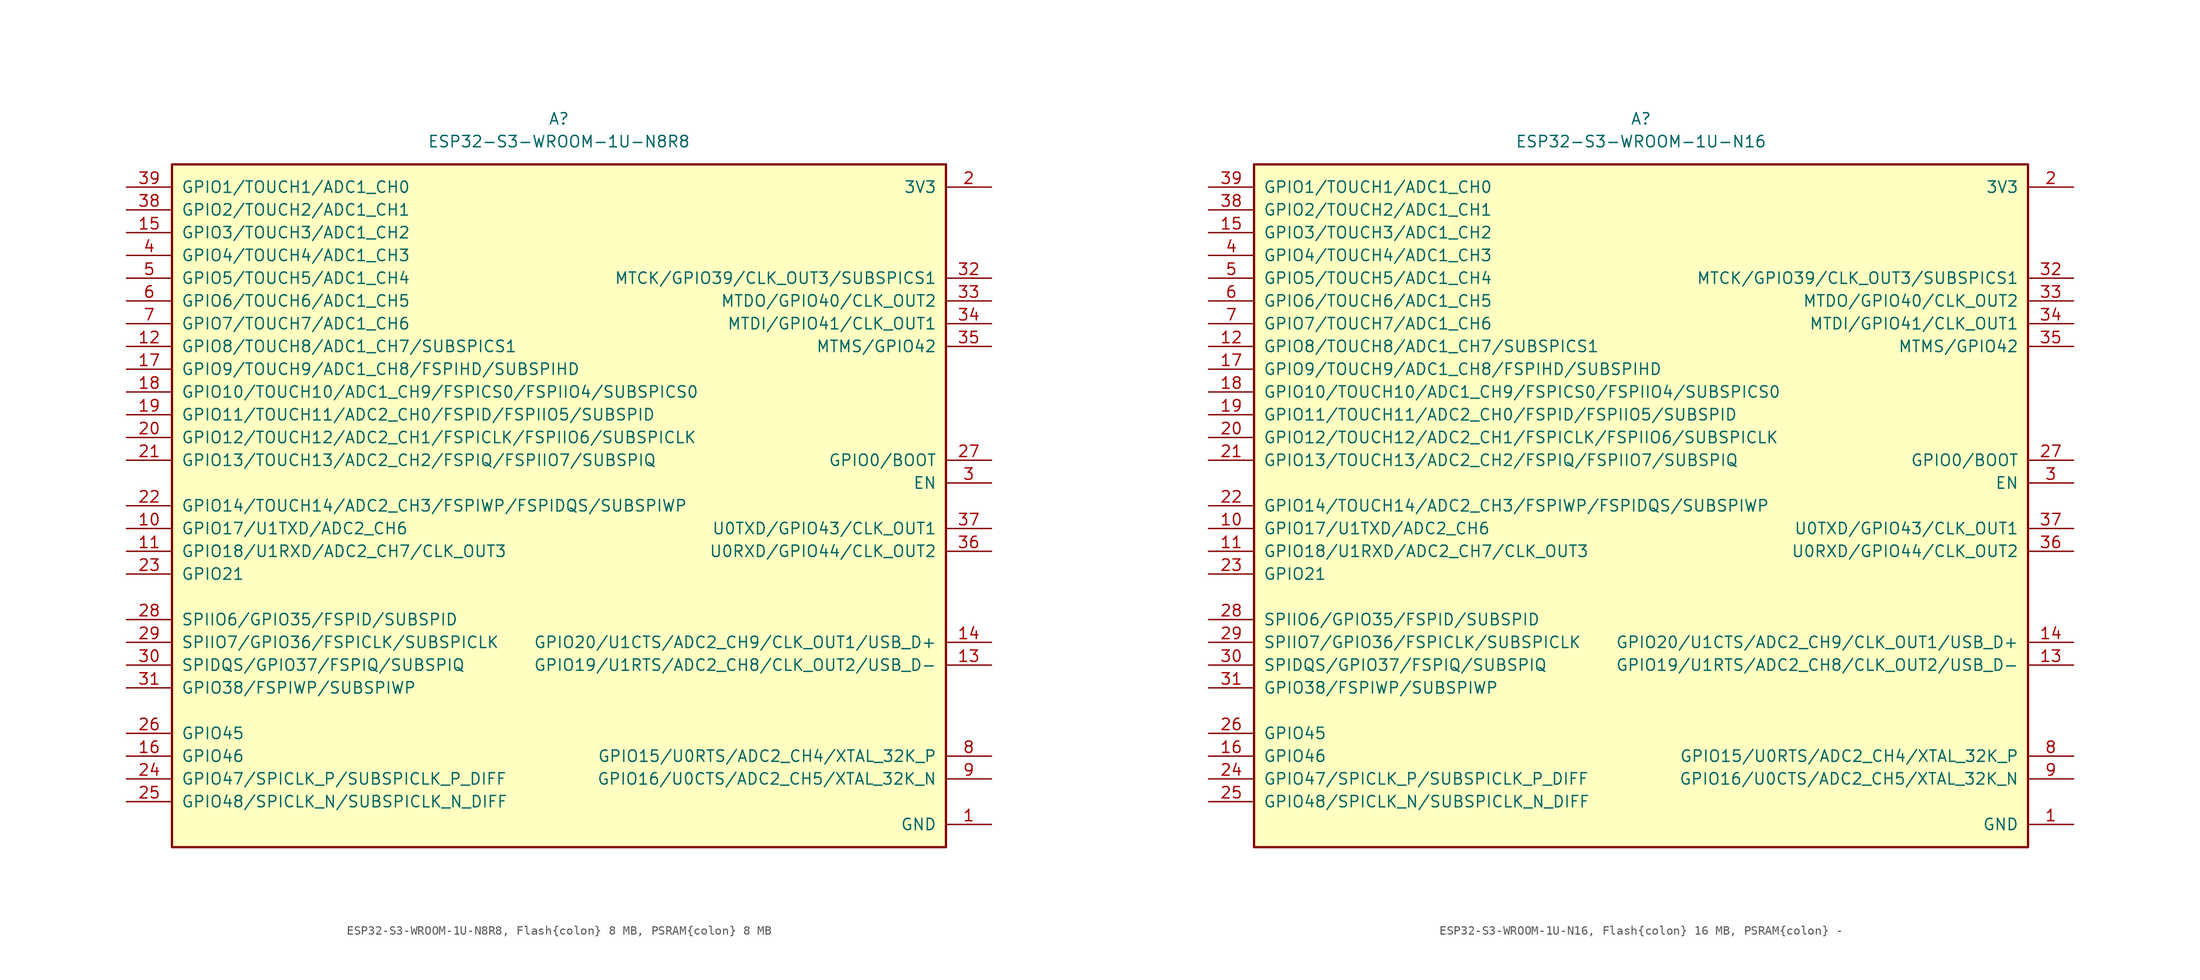
<source format=kicad_sym>
(kicad_symbol_lib
  (version 20241209)
  (generator "kicad_symbol_editor")
  (generator_version "9.0")
  (symbol "ESP32-S3-WROOM-1U-N8R8, Flash{colon} 8 MB, PSRAM{colon} 8 MB"
    (pin_names
      (offset 1.016))
    (property "Reference" "A"
      (at 0 43.18 0)
      (effects (font (size 1.27 1.27))))
    (property "Value" "ESP32-S3-WROOM-1U-N8R8"
      (at 0 40.64 0)
      (effects (font (size 1.27 1.27))))
    (symbol "ESP32-S3-WROOM-1U-N8R8, Flash{colon} 8 MB, PSRAM{colon} 8 MB_0_0"
      (pin bidirectional line (at -48.26 35.56 0) (length 5.08) (name "GPIO1/TOUCH1/ADC1_CH0" (effects (font (size 1.27 1.27)))) (number "39" (effects (font (size 1.27 1.27)))))
      (pin bidirectional line (at -48.26 33.02 0) (length 5.08) (name "GPIO2/TOUCH2/ADC1_CH1" (effects (font (size 1.27 1.27)))) (number "38" (effects (font (size 1.27 1.27)))))
      (pin bidirectional line (at -48.26 30.48 0) (length 5.08) (name "GPIO3/TOUCH3/ADC1_CH2" (effects (font (size 1.27 1.27)))) (number "15" (effects (font (size 1.27 1.27)))))
      (pin bidirectional line (at -48.26 27.94 0) (length 5.08) (name "GPIO4/TOUCH4/ADC1_CH3" (effects (font (size 1.27 1.27)))) (number "4" (effects (font (size 1.27 1.27)))))
      (pin bidirectional line (at -48.26 25.4 0) (length 5.08) (name "GPIO5/TOUCH5/ADC1_CH4" (effects (font (size 1.27 1.27)))) (number "5" (effects (font (size 1.27 1.27)))))
      (pin bidirectional line (at -48.26 22.86 0) (length 5.08) (name "GPIO6/TOUCH6/ADC1_CH5" (effects (font (size 1.27 1.27)))) (number "6" (effects (font (size 1.27 1.27)))))
      (pin bidirectional line (at -48.26 20.32 0) (length 5.08) (name "GPIO7/TOUCH7/ADC1_CH6" (effects (font (size 1.27 1.27)))) (number "7" (effects (font (size 1.27 1.27)))))
      (pin bidirectional line (at -48.26 17.78 0) (length 5.08) (name "GPIO8/TOUCH8/ADC1_CH7/SUBSPICS1" (effects (font (size 1.27 1.27)))) (number "12" (effects (font (size 1.27 1.27)))))
      (pin bidirectional line (at -48.26 15.24 0) (length 5.08) (name "GPIO9/TOUCH9/ADC1_CH8/FSPIHD/SUBSPIHD" (effects (font (size 1.27 1.27)))) (number "17" (effects (font (size 1.27 1.27)))))
      (pin bidirectional line (at -48.26 12.7 0) (length 5.08) (name "GPIO10/TOUCH10/ADC1_CH9/FSPICS0/FSPIIO4/SUBSPICS0" (effects (font (size 1.27 1.27)))) (number "18" (effects (font (size 1.27 1.27)))))
      (pin bidirectional line (at -48.26 10.16 0) (length 5.08) (name "GPIO11/TOUCH11/ADC2_CH0/FSPID/FSPIIO5/SUBSPID" (effects (font (size 1.27 1.27)))) (number "19" (effects (font (size 1.27 1.27)))))
      (pin bidirectional line (at -48.26 7.62 0) (length 5.08) (name "GPIO12/TOUCH12/ADC2_CH1/FSPICLK/FSPIIO6/SUBSPICLK" (effects (font (size 1.27 1.27)))) (number "20" (effects (font (size 1.27 1.27)))))
      (pin bidirectional line (at -48.26 5.08 0) (length 5.08) (name "GPIO13/TOUCH13/ADC2_CH2/FSPIQ/FSPIIO7/SUBSPIQ" (effects (font (size 1.27 1.27)))) (number "21" (effects (font (size 1.27 1.27)))))
      (pin bidirectional line (at -48.26 0 0) (length 5.08) (name "GPIO14/TOUCH14/ADC2_CH3/FSPIWP/FSPIDQS/SUBSPIWP" (effects (font (size 1.27 1.27)))) (number "22" (effects (font (size 1.27 1.27)))))
      (pin bidirectional line (at -48.26 -2.54 0) (length 5.08) (name "GPIO17/U1TXD/ADC2_CH6" (effects (font (size 1.27 1.27)))) (number "10" (effects (font (size 1.27 1.27)))))
      (pin bidirectional line (at -48.26 -5.08 0) (length 5.08) (name "GPIO18/U1RXD/ADC2_CH7/CLK_OUT3" (effects (font (size 1.27 1.27)))) (number "11" (effects (font (size 1.27 1.27)))))
      (pin bidirectional line (at -48.26 -7.62 0) (length 5.08) (name "GPIO21" (effects (font (size 1.27 1.27)))) (number "23" (effects (font (size 1.27 1.27)))))
      (pin bidirectional line (at -48.26 -12.7 0) (length 5.08) (name "SPIIO6/GPIO35/FSPID/SUBSPID" (effects (font (size 1.27 1.27)))) (number "28" (effects (font (size 1.27 1.27)))))
      (pin bidirectional line (at -48.26 -15.24 0) (length 5.08) (name "SPIIO7/GPIO36/FSPICLK/SUBSPICLK" (effects (font (size 1.27 1.27)))) (number "29" (effects (font (size 1.27 1.27)))))
      (pin bidirectional line (at -48.26 -17.78 0) (length 5.08) (name "SPIDQS/GPIO37/FSPIQ/SUBSPIQ" (effects (font (size 1.27 1.27)))) (number "30" (effects (font (size 1.27 1.27)))))
      (pin bidirectional line (at -48.26 -20.32 0) (length 5.08) (name "GPIO38/FSPIWP/SUBSPIWP" (effects (font (size 1.27 1.27)))) (number "31" (effects (font (size 1.27 1.27)))))
      (pin bidirectional line (at -48.26 -25.4 0) (length 5.08) (name "GPIO45" (effects (font (size 1.27 1.27)))) (number "26" (effects (font (size 1.27 1.27)))))
      (pin bidirectional line (at -48.26 -27.94 0) (length 5.08) (name "GPIO46" (effects (font (size 1.27 1.27)))) (number "16" (effects (font (size 1.27 1.27)))))
      (pin bidirectional line (at -48.26 -30.48 0) (length 5.08) (name "GPIO47/SPICLK_P/SUBSPICLK_P_DIFF" (effects (font (size 1.27 1.27)))) (number "24" (effects (font (size 1.27 1.27)))))
      (pin bidirectional line (at -48.26 -33.02 0) (length 5.08) (name "GPIO48/SPICLK_N/SUBSPICLK_N_DIFF" (effects (font (size 1.27 1.27)))) (number "25" (effects (font (size 1.27 1.27)))))
      (pin power_in line (at 48.26 35.56 180) (length 5.08) (name "3V3" (effects (font (size 1.27 1.27)))) (number "2" (effects (font (size 1.27 1.27)))))
      (pin bidirectional line (at 48.26 25.4 180) (length 5.08) (name "MTCK/GPIO39/CLK_OUT3/SUBSPICS1" (effects (font (size 1.27 1.27)))) (number "32" (effects (font (size 1.27 1.27)))))
      (pin bidirectional line (at 48.26 22.86 180) (length 5.08) (name "MTDO/GPIO40/CLK_OUT2" (effects (font (size 1.27 1.27)))) (number "33" (effects (font (size 1.27 1.27)))))
      (pin bidirectional line (at 48.26 20.32 180) (length 5.08) (name "MTDI/GPIO41/CLK_OUT1" (effects (font (size 1.27 1.27)))) (number "34" (effects (font (size 1.27 1.27)))))
      (pin bidirectional line (at 48.26 17.78 180) (length 5.08) (name "MTMS/GPIO42" (effects (font (size 1.27 1.27)))) (number "35" (effects (font (size 1.27 1.27)))))
      (pin bidirectional line (at 48.26 5.08 180) (length 5.08) (name "GPIO0/BOOT" (effects (font (size 1.27 1.27)))) (number "27" (effects (font (size 1.27 1.27)))))
      (pin input line (at 48.26 2.54 180) (length 5.08) (name "EN" (effects (font (size 1.27 1.27)))) (number "3" (effects (font (size 1.27 1.27)))))
      (pin bidirectional line (at 48.26 -2.54 180) (length 5.08) (name "U0TXD/GPIO43/CLK_OUT1" (effects (font (size 1.27 1.27)))) (number "37" (effects (font (size 1.27 1.27)))))
      (pin bidirectional line (at 48.26 -5.08 180) (length 5.08) (name "U0RXD/GPIO44/CLK_OUT2" (effects (font (size 1.27 1.27)))) (number "36" (effects (font (size 1.27 1.27)))))
      (pin bidirectional line (at 48.26 -15.24 180) (length 5.08) (name "GPIO20/U1CTS/ADC2_CH9/CLK_OUT1/USB_D+" (effects (font (size 1.27 1.27)))) (number "14" (effects (font (size 1.27 1.27)))))
      (pin bidirectional line (at 48.26 -17.78 180) (length 5.08) (name "GPIO19/U1RTS/ADC2_CH8/CLK_OUT2/USB_D-" (effects (font (size 1.27 1.27)))) (number "13" (effects (font (size 1.27 1.27)))))
      (pin bidirectional line (at 48.26 -27.94 180) (length 5.08) (name "GPIO15/U0RTS/ADC2_CH4/XTAL_32K_P" (effects (font (size 1.27 1.27)))) (number "8" (effects (font (size 1.27 1.27)))))
      (pin bidirectional line (at 48.26 -30.48 180) (length 5.08) (name "GPIO16/U0CTS/ADC2_CH5/XTAL_32K_N" (effects (font (size 1.27 1.27)))) (number "9" (effects (font (size 1.27 1.27)))))
      (pin passive line (at 48.26 -35.56 180) (length 5.08) (name "GND" (effects (font (size 1.27 1.27)))) (number "1" (effects (font (size 1.27 1.27)))))
      (pin passive line (at 48.26 -35.56 180) (length 5.08) (hide yes) (name "GND" (effects (font (size 1.27 1.27)))) (number "40" (effects (font (size 1.27 1.27)))))
      (pin passive line (at 48.26 -35.56 180) (length 5.08) (hide yes) (name "GND" (effects (font (size 1.27 1.27)))) (number "41" (effects (font (size 1.27 1.27))))))
    (symbol "ESP32-S3-WROOM-1U-N8R8, Flash{colon} 8 MB, PSRAM{colon} 8 MB_0_1"
      (rectangle (start -43.18 38.1) (end 43.18 -38.1) (stroke (width 0.254) (type default)) (fill (type background)))))
  (symbol "ESP32-S3-WROOM-1U-N16, Flash{colon} 16 MB, PSRAM{colon} -"
    (pin_names
      (offset 1.016))
    (property "Reference" "A"
      (at 0 43.18 0)
      (effects (font (size 1.27 1.27))))
    (property "Value" "ESP32-S3-WROOM-1U-N16"
      (at 0 40.64 0)
      (effects (font (size 1.27 1.27))))
    (symbol "ESP32-S3-WROOM-1U-N16, Flash{colon} 16 MB, PSRAM{colon} -_0_0"
      (pin bidirectional line (at -48.26 35.56 0) (length 5.08) (name "GPIO1/TOUCH1/ADC1_CH0" (effects (font (size 1.27 1.27)))) (number "39" (effects (font (size 1.27 1.27)))))
      (pin bidirectional line (at -48.26 33.02 0) (length 5.08) (name "GPIO2/TOUCH2/ADC1_CH1" (effects (font (size 1.27 1.27)))) (number "38" (effects (font (size 1.27 1.27)))))
      (pin bidirectional line (at -48.26 30.48 0) (length 5.08) (name "GPIO3/TOUCH3/ADC1_CH2" (effects (font (size 1.27 1.27)))) (number "15" (effects (font (size 1.27 1.27)))))
      (pin bidirectional line (at -48.26 27.94 0) (length 5.08) (name "GPIO4/TOUCH4/ADC1_CH3" (effects (font (size 1.27 1.27)))) (number "4" (effects (font (size 1.27 1.27)))))
      (pin bidirectional line (at -48.26 25.4 0) (length 5.08) (name "GPIO5/TOUCH5/ADC1_CH4" (effects (font (size 1.27 1.27)))) (number "5" (effects (font (size 1.27 1.27)))))
      (pin bidirectional line (at -48.26 22.86 0) (length 5.08) (name "GPIO6/TOUCH6/ADC1_CH5" (effects (font (size 1.27 1.27)))) (number "6" (effects (font (size 1.27 1.27)))))
      (pin bidirectional line (at -48.26 20.32 0) (length 5.08) (name "GPIO7/TOUCH7/ADC1_CH6" (effects (font (size 1.27 1.27)))) (number "7" (effects (font (size 1.27 1.27)))))
      (pin bidirectional line (at -48.26 17.78 0) (length 5.08) (name "GPIO8/TOUCH8/ADC1_CH7/SUBSPICS1" (effects (font (size 1.27 1.27)))) (number "12" (effects (font (size 1.27 1.27)))))
      (pin bidirectional line (at -48.26 15.24 0) (length 5.08) (name "GPIO9/TOUCH9/ADC1_CH8/FSPIHD/SUBSPIHD" (effects (font (size 1.27 1.27)))) (number "17" (effects (font (size 1.27 1.27)))))
      (pin bidirectional line (at -48.26 12.7 0) (length 5.08) (name "GPIO10/TOUCH10/ADC1_CH9/FSPICS0/FSPIIO4/SUBSPICS0" (effects (font (size 1.27 1.27)))) (number "18" (effects (font (size 1.27 1.27)))))
      (pin bidirectional line (at -48.26 10.16 0) (length 5.08) (name "GPIO11/TOUCH11/ADC2_CH0/FSPID/FSPIIO5/SUBSPID" (effects (font (size 1.27 1.27)))) (number "19" (effects (font (size 1.27 1.27)))))
      (pin bidirectional line (at -48.26 7.62 0) (length 5.08) (name "GPIO12/TOUCH12/ADC2_CH1/FSPICLK/FSPIIO6/SUBSPICLK" (effects (font (size 1.27 1.27)))) (number "20" (effects (font (size 1.27 1.27)))))
      (pin bidirectional line (at -48.26 5.08 0) (length 5.08) (name "GPIO13/TOUCH13/ADC2_CH2/FSPIQ/FSPIIO7/SUBSPIQ" (effects (font (size 1.27 1.27)))) (number "21" (effects (font (size 1.27 1.27)))))
      (pin bidirectional line (at -48.26 0 0) (length 5.08) (name "GPIO14/TOUCH14/ADC2_CH3/FSPIWP/FSPIDQS/SUBSPIWP" (effects (font (size 1.27 1.27)))) (number "22" (effects (font (size 1.27 1.27)))))
      (pin bidirectional line (at -48.26 -2.54 0) (length 5.08) (name "GPIO17/U1TXD/ADC2_CH6" (effects (font (size 1.27 1.27)))) (number "10" (effects (font (size 1.27 1.27)))))
      (pin bidirectional line (at -48.26 -5.08 0) (length 5.08) (name "GPIO18/U1RXD/ADC2_CH7/CLK_OUT3" (effects (font (size 1.27 1.27)))) (number "11" (effects (font (size 1.27 1.27)))))
      (pin bidirectional line (at -48.26 -7.62 0) (length 5.08) (name "GPIO21" (effects (font (size 1.27 1.27)))) (number "23" (effects (font (size 1.27 1.27)))))
      (pin bidirectional line (at -48.26 -12.7 0) (length 5.08) (name "SPIIO6/GPIO35/FSPID/SUBSPID" (effects (font (size 1.27 1.27)))) (number "28" (effects (font (size 1.27 1.27)))))
      (pin bidirectional line (at -48.26 -15.24 0) (length 5.08) (name "SPIIO7/GPIO36/FSPICLK/SUBSPICLK" (effects (font (size 1.27 1.27)))) (number "29" (effects (font (size 1.27 1.27)))))
      (pin bidirectional line (at -48.26 -17.78 0) (length 5.08) (name "SPIDQS/GPIO37/FSPIQ/SUBSPIQ" (effects (font (size 1.27 1.27)))) (number "30" (effects (font (size 1.27 1.27)))))
      (pin bidirectional line (at -48.26 -20.32 0) (length 5.08) (name "GPIO38/FSPIWP/SUBSPIWP" (effects (font (size 1.27 1.27)))) (number "31" (effects (font (size 1.27 1.27)))))
      (pin bidirectional line (at -48.26 -25.4 0) (length 5.08) (name "GPIO45" (effects (font (size 1.27 1.27)))) (number "26" (effects (font (size 1.27 1.27)))))
      (pin bidirectional line (at -48.26 -27.94 0) (length 5.08) (name "GPIO46" (effects (font (size 1.27 1.27)))) (number "16" (effects (font (size 1.27 1.27)))))
      (pin bidirectional line (at -48.26 -30.48 0) (length 5.08) (name "GPIO47/SPICLK_P/SUBSPICLK_P_DIFF" (effects (font (size 1.27 1.27)))) (number "24" (effects (font (size 1.27 1.27)))))
      (pin bidirectional line (at -48.26 -33.02 0) (length 5.08) (name "GPIO48/SPICLK_N/SUBSPICLK_N_DIFF" (effects (font (size 1.27 1.27)))) (number "25" (effects (font (size 1.27 1.27)))))
      (pin power_in line (at 48.26 35.56 180) (length 5.08) (name "3V3" (effects (font (size 1.27 1.27)))) (number "2" (effects (font (size 1.27 1.27)))))
      (pin bidirectional line (at 48.26 25.4 180) (length 5.08) (name "MTCK/GPIO39/CLK_OUT3/SUBSPICS1" (effects (font (size 1.27 1.27)))) (number "32" (effects (font (size 1.27 1.27)))))
      (pin bidirectional line (at 48.26 22.86 180) (length 5.08) (name "MTDO/GPIO40/CLK_OUT2" (effects (font (size 1.27 1.27)))) (number "33" (effects (font (size 1.27 1.27)))))
      (pin bidirectional line (at 48.26 20.32 180) (length 5.08) (name "MTDI/GPIO41/CLK_OUT1" (effects (font (size 1.27 1.27)))) (number "34" (effects (font (size 1.27 1.27)))))
      (pin bidirectional line (at 48.26 17.78 180) (length 5.08) (name "MTMS/GPIO42" (effects (font (size 1.27 1.27)))) (number "35" (effects (font (size 1.27 1.27)))))
      (pin bidirectional line (at 48.26 5.08 180) (length 5.08) (name "GPIO0/BOOT" (effects (font (size 1.27 1.27)))) (number "27" (effects (font (size 1.27 1.27)))))
      (pin input line (at 48.26 2.54 180) (length 5.08) (name "EN" (effects (font (size 1.27 1.27)))) (number "3" (effects (font (size 1.27 1.27)))))
      (pin bidirectional line (at 48.26 -2.54 180) (length 5.08) (name "U0TXD/GPIO43/CLK_OUT1" (effects (font (size 1.27 1.27)))) (number "37" (effects (font (size 1.27 1.27)))))
      (pin bidirectional line (at 48.26 -5.08 180) (length 5.08) (name "U0RXD/GPIO44/CLK_OUT2" (effects (font (size 1.27 1.27)))) (number "36" (effects (font (size 1.27 1.27)))))
      (pin bidirectional line (at 48.26 -15.24 180) (length 5.08) (name "GPIO20/U1CTS/ADC2_CH9/CLK_OUT1/USB_D+" (effects (font (size 1.27 1.27)))) (number "14" (effects (font (size 1.27 1.27)))))
      (pin bidirectional line (at 48.26 -17.78 180) (length 5.08) (name "GPIO19/U1RTS/ADC2_CH8/CLK_OUT2/USB_D-" (effects (font (size 1.27 1.27)))) (number "13" (effects (font (size 1.27 1.27)))))
      (pin bidirectional line (at 48.26 -27.94 180) (length 5.08) (name "GPIO15/U0RTS/ADC2_CH4/XTAL_32K_P" (effects (font (size 1.27 1.27)))) (number "8" (effects (font (size 1.27 1.27)))))
      (pin bidirectional line (at 48.26 -30.48 180) (length 5.08) (name "GPIO16/U0CTS/ADC2_CH5/XTAL_32K_N" (effects (font (size 1.27 1.27)))) (number "9" (effects (font (size 1.27 1.27)))))
      (pin passive line (at 48.26 -35.56 180) (length 5.08) (name "GND" (effects (font (size 1.27 1.27)))) (number "1" (effects (font (size 1.27 1.27)))))
      (pin passive line (at 48.26 -35.56 180) (length 5.08) (hide yes) (name "GND" (effects (font (size 1.27 1.27)))) (number "40" (effects (font (size 1.27 1.27)))))
      (pin passive line (at 48.26 -35.56 180) (length 5.08) (hide yes) (name "GND" (effects (font (size 1.27 1.27)))) (number "41" (effects (font (size 1.27 1.27))))))
    (symbol "ESP32-S3-WROOM-1U-N16, Flash{colon} 16 MB, PSRAM{colon} -_0_1"
      (rectangle (start -43.18 38.1) (end 43.18 -38.1) (stroke (width 0.254) (type default)) (fill (type background))))))
</source>
